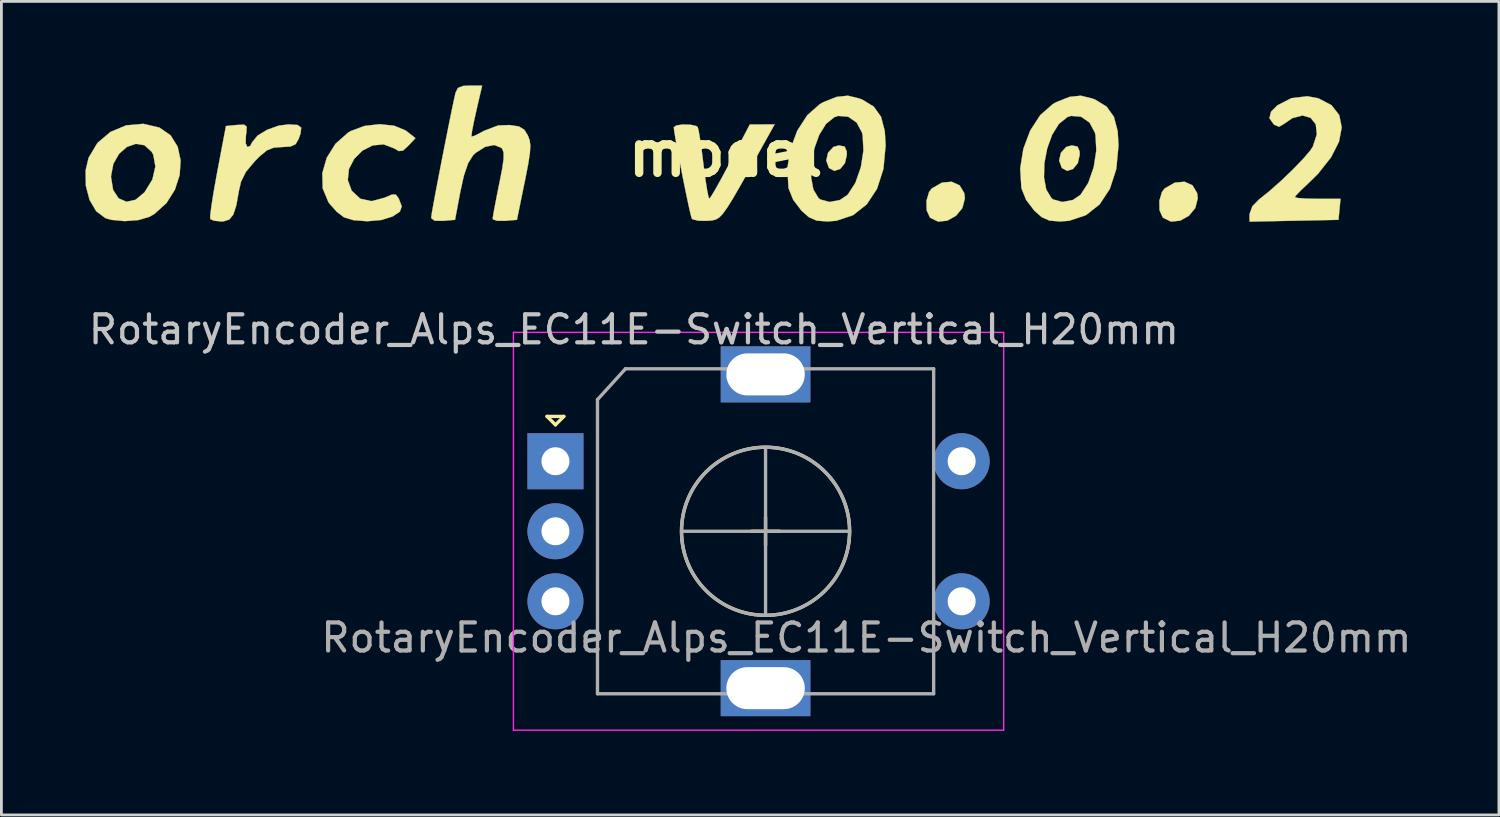
<source format=kicad_pcb>
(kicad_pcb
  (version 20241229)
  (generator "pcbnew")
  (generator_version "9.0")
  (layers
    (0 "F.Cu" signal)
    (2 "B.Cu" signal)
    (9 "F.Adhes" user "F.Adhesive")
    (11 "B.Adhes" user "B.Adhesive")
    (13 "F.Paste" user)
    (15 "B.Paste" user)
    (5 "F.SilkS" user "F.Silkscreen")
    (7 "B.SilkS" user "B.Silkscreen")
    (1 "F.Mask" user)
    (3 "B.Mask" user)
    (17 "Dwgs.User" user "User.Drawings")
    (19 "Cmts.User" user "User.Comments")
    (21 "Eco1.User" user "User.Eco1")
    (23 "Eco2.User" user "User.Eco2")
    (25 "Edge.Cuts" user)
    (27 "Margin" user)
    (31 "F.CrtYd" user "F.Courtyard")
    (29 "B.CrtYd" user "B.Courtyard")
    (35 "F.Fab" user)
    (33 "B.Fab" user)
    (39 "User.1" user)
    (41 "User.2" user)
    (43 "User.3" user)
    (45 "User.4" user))
  (footprint "model"
    (layer "F.Cu")
    (at 22.849 2.43)
    (property "Reference" "model" (at 0 0 0) (layer "F.SilkS") (effects (font (size 1.524 1.524) (thickness 0.3))))
    (attr through_hole)
    (fp_poly (pts (xy 4.251 -0.249) (xy 4.324 -0.082) (xy 4.33 0.044) (xy 4.261 0.344) (xy 4.093 0.55) (xy 3.882 0.619) (xy 3.691 0.516) (xy 3.594 0.25) (xy 3.659 -0.029) (xy 3.849 -0.235) (xy 4.044 -0.289) (xy 4.251 -0.249)) (stroke (width 0.01) (type solid)) (fill yes) (layer "F.SilkS"))
    (fp_poly (pts (xy 12.564 -0.249) (xy 12.637 -0.082) (xy 12.642 0.044) (xy 12.574 0.344) (xy 12.405 0.55) (xy 12.195 0.619) (xy 12.004 0.516) (xy 11.907 0.25) (xy 11.972 -0.029) (xy 12.161 -0.235) (xy 12.356 -0.289) (xy 12.564 -0.249)) (stroke (width 0.01) (type solid)) (fill yes) (layer "F.SilkS"))
    (fp_poly (pts (xy 8.355 1.136) (xy 8.521 1.413) (xy 8.544 1.597) (xy 8.454 1.946) (xy 8.224 2.224) (xy 7.916 2.396) (xy 7.589 2.431) (xy 7.304 2.293) (xy 7.297 2.286) (xy 7.18 2.031) (xy 7.171 1.689) (xy 7.264 1.374) (xy 7.36 1.248) (xy 7.723 1.039) (xy 8.072 1.007) (xy 8.355 1.136)) (stroke (width 0.01) (type solid)) (fill yes) (layer "F.SilkS"))
    (fp_poly (pts (xy 16.668 1.136) (xy 16.834 1.413) (xy 16.856 1.597) (xy 16.767 1.946) (xy 16.537 2.224) (xy 16.229 2.396) (xy 15.902 2.431) (xy 15.617 2.293) (xy 15.609 2.286) (xy 15.492 2.031) (xy 15.484 1.689) (xy 15.577 1.374) (xy 15.673 1.248) (xy 16.036 1.039) (xy 16.385 1.007) (xy 16.668 1.136)) (stroke (width 0.01) (type solid)) (fill yes) (layer "F.SilkS"))
    (fp_poly (pts (xy -15.278 -1.019) (xy -15.147 -0.925) (xy -15.173 -0.707) (xy -15.237 -0.527) (xy -15.346 -0.335) (xy -15.529 -0.249) (xy -15.834 -0.231) (xy -16.135 -0.208) (xy -16.375 -0.111) (xy -16.634 0.103) (xy -16.803 0.275) (xy -17.121 0.654) (xy -17.297 1.008) (xy -17.371 1.332) (xy -17.464 1.852) (xy -17.571 2.18) (xy -17.715 2.357) (xy -17.919 2.421) (xy -18.001 2.425) (xy -18.262 2.398) (xy -18.395 2.338) (xy -18.393 2.199) (xy -18.353 1.877) (xy -18.28 1.414) (xy -18.181 0.854) (xy -18.14 0.635) (xy -17.834 -0.981) (xy -17.444 -1.019) (xy -17.188 -1.031) (xy -17.093 -0.959) (xy -17.106 -0.739) (xy -17.121 -0.644) (xy -17.13 -0.367) (xy -17.069 -0.23) (xy -16.969 -0.268) (xy -16.899 -0.402) (xy -16.707 -0.638) (xy -16.363 -0.848) (xy -15.948 -0.995) (xy -15.602 -1.039) (xy -15.278 -1.019)) (stroke (width 0.01) (type solid)) (fill yes) (layer "F.SilkS"))
    (fp_poly (pts (xy -20.209 -0.926) (xy -19.809 -0.65) (xy -19.558 -0.246) (xy -19.452 0.242) (xy -19.486 0.769) (xy -19.656 1.292) (xy -19.956 1.768) (xy -20.382 2.152) (xy -20.559 2.256) (xy -20.954 2.375) (xy -21.449 2.413) (xy -21.928 2.367) (xy -22.138 2.306) (xy -22.465 2.059) (xy -22.703 1.654) (xy -22.835 1.15) (xy -22.84 0.837) (xy -21.936 0.837) (xy -21.862 1.298) (xy -21.666 1.599) (xy -21.386 1.722) (xy -21.06 1.651) (xy -20.739 1.382) (xy -20.46 0.928) (xy -20.353 0.463) (xy -20.427 0.045) (xy -20.483 -0.058) (xy -20.743 -0.296) (xy -21.052 -0.346) (xy -21.368 -0.236) (xy -21.648 0.01) (xy -21.852 0.365) (xy -21.936 0.804) (xy -21.936 0.837) (xy -22.84 0.837) (xy -22.844 0.609) (xy -22.737 0.152) (xy -22.421 -0.378) (xy -21.957 -0.771) (xy -21.394 -1.006) (xy -20.784 -1.06) (xy -20.209 -0.926)) (stroke (width 0.01) (type solid)) (fill yes) (layer "F.SilkS"))
    (fp_poly (pts (xy -11.833 -0.993) (xy -11.42 -0.823) (xy -11.381 -0.794) (xy -11.07 -0.549) (xy -11.323 -0.279) (xy -11.516 -0.103) (xy -11.666 -0.088) (xy -11.818 -0.178) (xy -12.201 -0.327) (xy -12.595 -0.29) (xy -12.96 -0.105) (xy -13.255 0.19) (xy -13.444 0.554) (xy -13.484 0.95) (xy -13.346 1.326) (xy -13.037 1.614) (xy -12.635 1.7) (xy -12.173 1.578) (xy -12.171 1.577) (xy -11.91 1.465) (xy -11.773 1.464) (xy -11.68 1.582) (xy -11.663 1.612) (xy -11.558 1.887) (xy -11.627 2.077) (xy -11.886 2.248) (xy -12.29 2.373) (xy -12.792 2.417) (xy -13.284 2.379) (xy -13.62 2.277) (xy -13.87 2.087) (xy -14.129 1.8) (xy -14.179 1.73) (xy -14.38 1.244) (xy -14.394 0.701) (xy -14.237 0.154) (xy -13.926 -0.345) (xy -13.478 -0.743) (xy -13.379 -0.802) (xy -12.895 -0.983) (xy -12.352 -1.047) (xy -11.833 -0.993)) (stroke (width 0.01) (type solid)) (fill yes) (layer "F.SilkS"))
    (fp_poly (pts (xy 21.164 -1.97) (xy 21.631 -1.724) (xy 21.907 -1.371) (xy 21.994 -0.931) (xy 21.897 -0.422) (xy 21.615 0.134) (xy 21.153 0.719) (xy 20.792 1.074) (xy 20.532 1.319) (xy 20.361 1.498) (xy 20.32 1.558) (xy 20.426 1.587) (xy 20.704 1.608) (xy 21.097 1.616) (xy 21.135 1.616) (xy 21.951 1.616) (xy 21.915 1.992) (xy 21.879 2.367) (xy 20.291 2.399) (xy 18.704 2.431) (xy 18.704 2.161) (xy 18.805 1.881) (xy 19.036 1.645) (xy 19.416 1.34) (xy 19.837 0.967) (xy 20.251 0.57) (xy 20.612 0.196) (xy 20.871 -0.107) (xy 20.962 -0.244) (xy 21.106 -0.687) (xy 21.068 -1.041) (xy 20.885 -1.274) (xy 20.594 -1.358) (xy 20.231 -1.263) (xy 19.947 -1.067) (xy 19.758 -0.955) (xy 19.586 -1.026) (xy 19.572 -1.037) (xy 19.413 -1.26) (xy 19.473 -1.497) (xy 19.697 -1.72) (xy 20.199 -1.977) (xy 20.768 -2.044) (xy 21.164 -1.97)) (stroke (width 0.01) (type solid)) (fill yes) (layer "F.SilkS"))
    (fp_poly (pts (xy 1.317 -0.26) (xy 0.874 0.534) (xy 0.527 1.149) (xy 0.261 1.609) (xy 0.056 1.937) (xy -0.102 2.156) (xy -0.233 2.289) (xy -0.351 2.358) (xy -0.475 2.388) (xy -0.622 2.4) (xy -0.654 2.402) (xy -0.968 2.399) (xy -1.174 2.349) (xy -1.203 2.324) (xy -1.244 2.183) (xy -1.317 1.866) (xy -1.41 1.425) (xy -1.515 0.911) (xy -1.62 0.375) (xy -1.716 -0.13) (xy -1.792 -0.554) (xy -1.838 -0.846) (xy -1.847 -0.939) (xy -1.749 -1.006) (xy -1.519 -1.035) (xy -1.253 -1.028) (xy -1.046 -0.983) (xy -0.994 -0.944) (xy -0.957 -0.797) (xy -0.903 -0.471) (xy -0.84 -0.02) (xy -0.789 0.383) (xy -0.724 0.884) (xy -0.662 1.287) (xy -0.61 1.544) (xy -0.581 1.615) (xy -0.508 1.518) (xy -0.351 1.254) (xy -0.132 0.861) (xy 0.126 0.378) (xy 0.173 0.288) (xy 0.866 -1.038) (xy 1.309 -1.038) (xy 1.752 -1.039) (xy 1.317 -0.26)) (stroke (width 0.01) (type solid)) (fill yes) (layer "F.SilkS"))
    (fp_poly (pts (xy 4.78 -1.963) (xy 4.887 -1.921) (xy 5.29 -1.674) (xy 5.55 -1.312) (xy 5.684 -0.8) (xy 5.714 -0.289) (xy 5.635 0.552) (xy 5.407 1.259) (xy 5.041 1.814) (xy 4.553 2.2) (xy 3.954 2.4) (xy 3.631 2.425) (xy 3.252 2.395) (xy 2.973 2.272) (xy 2.711 2.041) (xy 2.415 1.652) (xy 2.249 1.242) (xy 2.247 1.231) (xy 2.224 0.852) (xy 3.054 0.852) (xy 3.134 1.285) (xy 3.318 1.59) (xy 3.384 1.641) (xy 3.715 1.73) (xy 4.084 1.658) (xy 4.359 1.472) (xy 4.634 1.047) (xy 4.829 0.49) (xy 4.922 -0.108) (xy 4.893 -0.655) (xy 4.87 -0.75) (xy 4.679 -1.106) (xy 4.375 -1.315) (xy 4.021 -1.343) (xy 3.883 -1.298) (xy 3.585 -1.057) (xy 3.344 -0.666) (xy 3.168 -0.18) (xy 3.069 0.345) (xy 3.054 0.852) (xy 2.224 0.852) (xy 2.205 0.534) (xy 2.317 -0.168) (xy 2.562 -0.82) (xy 2.92 -1.37) (xy 3.367 -1.764) (xy 3.495 -1.835) (xy 3.97 -2.023) (xy 4.367 -2.064) (xy 4.78 -1.963)) (stroke (width 0.01) (type solid)) (fill yes) (layer "F.SilkS"))
    (fp_poly (pts (xy 13.093 -1.963) (xy 13.2 -1.921) (xy 13.602 -1.674) (xy 13.862 -1.312) (xy 13.997 -0.8) (xy 14.027 -0.289) (xy 13.948 0.552) (xy 13.719 1.259) (xy 13.354 1.814) (xy 12.865 2.2) (xy 12.267 2.4) (xy 11.944 2.425) (xy 11.564 2.395) (xy 11.286 2.272) (xy 11.023 2.041) (xy 10.727 1.652) (xy 10.562 1.242) (xy 10.56 1.231) (xy 10.537 0.852) (xy 11.367 0.852) (xy 11.447 1.285) (xy 11.631 1.59) (xy 11.697 1.641) (xy 12.027 1.73) (xy 12.397 1.658) (xy 12.672 1.472) (xy 12.947 1.047) (xy 13.141 0.49) (xy 13.234 -0.108) (xy 13.205 -0.655) (xy 13.183 -0.75) (xy 12.991 -1.106) (xy 12.688 -1.315) (xy 12.334 -1.343) (xy 12.196 -1.298) (xy 11.898 -1.057) (xy 11.656 -0.666) (xy 11.481 -0.18) (xy 11.381 0.345) (xy 11.367 0.852) (xy 10.537 0.852) (xy 10.517 0.534) (xy 10.63 -0.168) (xy 10.875 -0.82) (xy 11.232 -1.37) (xy 11.68 -1.764) (xy 11.808 -1.835) (xy 12.283 -2.023) (xy 12.68 -2.064) (xy 13.093 -1.963)) (stroke (width 0.01) (type solid)) (fill yes) (layer "F.SilkS"))
    (fp_poly (pts (xy -8.896 -1.531) (xy -8.989 -1.11) (xy -9.051 -0.786) (xy -9.072 -0.615) (xy -9.069 -0.603) (xy -8.959 -0.634) (xy -8.724 -0.753) (xy -8.623 -0.81) (xy -8.121 -1.001) (xy -7.715 -1.017) (xy -7.377 -0.967) (xy -7.18 -0.846) (xy -7.058 -0.647) (xy -6.994 -0.478) (xy -6.968 -0.283) (xy -6.985 -0.013) (xy -7.046 0.379) (xy -7.155 0.942) (xy -7.173 1.027) (xy -7.447 2.367) (xy -7.88 2.403) (xy -8.157 2.4) (xy -8.305 2.349) (xy -8.313 2.329) (xy -8.291 2.175) (xy -8.231 1.85) (xy -8.145 1.406) (xy -8.08 1.087) (xy -7.975 0.553) (xy -7.924 0.199) (xy -7.921 -0.023) (xy -7.966 -0.156) (xy -8.004 -0.203) (xy -8.253 -0.304) (xy -8.579 -0.24) (xy -8.916 -0.027) (xy -9.014 0.067) (xy -9.189 0.345) (xy -9.342 0.793) (xy -9.466 1.356) (xy -9.656 2.367) (xy -10.081 2.403) (xy -10.385 2.399) (xy -10.502 2.311) (xy -10.506 2.278) (xy -10.485 2.128) (xy -10.426 1.794) (xy -10.338 1.322) (xy -10.229 0.754) (xy -10.109 0.134) (xy -9.985 -0.495) (xy -9.866 -1.09) (xy -9.761 -1.605) (xy -9.677 -1.999) (xy -9.64 -2.165) (xy -9.555 -2.34) (xy -9.366 -2.413) (xy -9.134 -2.425) (xy -8.689 -2.425) (xy -8.896 -1.531)) (stroke (width 0.01) (type solid)) (fill yes) (layer "F.SilkS")))
  (footprint "RotaryEncoder_Alps_EC11E-Switch_Vertical_H20mm"
    (layer "F.Cu")
    (at 16.777 13.414)
    (property "Reference" "RotaryEncoder_Alps_EC11E-Switch_Vertical_H20mm" (at 2.8 -4.7 0) (layer "Dwgs.User") (effects (font (size 1 1) (thickness 0.15))))
    (attr through_hole)
    (fp_line (start -0.3 -1.6) (end 0.3 -1.6) (stroke (width 0.12) (type solid)) (layer "F.SilkS"))
    (fp_line (start 0 -1.3) (end -0.3 -1.6) (stroke (width 0.12) (type solid)) (layer "F.SilkS"))
    (fp_line (start 0.3 -1.6) (end 0 -1.3) (stroke (width 0.12) (type solid)) (layer "F.SilkS"))
    (fp_line (start 7 2.5) (end 8 2.5) (stroke (width 0.12) (type solid)) (layer "F.SilkS"))
    (fp_line (start 7.5 2) (end 7.5 3) (stroke (width 0.12) (type solid)) (layer "F.SilkS"))
    (fp_circle (center 7.5 2.5) (end 10.5 2.5) (stroke (width 0.12) (type solid)) (fill no) (layer "F.SilkS"))
    (fp_line (start -1.5 -4.6) (end -1.5 9.6) (stroke (width 0.05) (type solid)) (layer "F.CrtYd"))
    (fp_line (start -1.5 -4.6) (end 16 -4.6) (stroke (width 0.05) (type solid)) (layer "F.CrtYd"))
    (fp_line (start 16 9.6) (end -1.5 9.6) (stroke (width 0.05) (type solid)) (layer "F.CrtYd"))
    (fp_line (start 16 9.6) (end 16 -4.6) (stroke (width 0.05) (type solid)) (layer "F.CrtYd"))
    (fp_line (start 1.5 -2.2) (end 2.5 -3.3) (stroke (width 0.12) (type solid)) (layer "F.Fab"))
    (fp_line (start 1.5 8.3) (end 1.5 -2.2) (stroke (width 0.12) (type solid)) (layer "F.Fab"))
    (fp_line (start 2.5 -3.3) (end 13.5 -3.3) (stroke (width 0.12) (type solid)) (layer "F.Fab"))
    (fp_line (start 4.5 2.5) (end 10.5 2.5) (stroke (width 0.12) (type solid)) (layer "F.Fab"))
    (fp_line (start 7.5 -0.5) (end 7.5 5.5) (stroke (width 0.12) (type solid)) (layer "F.Fab"))
    (fp_line (start 13.5 -3.3) (end 13.5 8.3) (stroke (width 0.12) (type solid)) (layer "F.Fab"))
    (fp_line (start 13.5 8.3) (end 1.5 8.3) (stroke (width 0.12) (type solid)) (layer "F.Fab"))
    (fp_circle (center 7.5 2.5) (end 10.5 2.5) (stroke (width 0.12) (type solid)) (fill no) (layer "F.Fab"))
    (fp_text user "${REFERENCE}" (at 11.1 6.3 0) (layer "F.Fab") (effects (font (size 1 1) (thickness 0.15))))
    (pad "A" thru_hole rect (at 0 0) (size 2 2) (drill 1) (layers "*.Cu" "*.Mask"))
    (pad "B" thru_hole circle (at 0 5) (size 2 2) (drill 1) (layers "*.Cu" "*.Mask"))
    (pad "C" thru_hole circle (at 0 2.5) (size 2 2) (drill 1) (layers "*.Cu" "*.Mask"))
    (pad "MP" thru_hole rect (at 7.5 -3.1) (size 3.2 2) (drill oval 2.8 1.5) (layers "*.Cu" "*.Mask"))
    (pad "MP" thru_hole rect (at 7.5 8.1) (size 3.2 2) (drill oval 2.8 1.5) (layers "*.Cu" "*.Mask"))
    (pad "S1" thru_hole circle (at 14.5 5) (size 2 2) (drill 1) (layers "*.Cu" "*.Mask"))
    (pad "S2" thru_hole circle (at 14.5 0) (size 2 2) (drill 1) (layers "*.Cu" "*.Mask")))
  (gr_rect
    (start -3 -3)
    (end 50.455 26.039)
    (stroke (width 0.1) (type default))
    (fill no)
    (layer "Edge.Cuts")))
</source>
